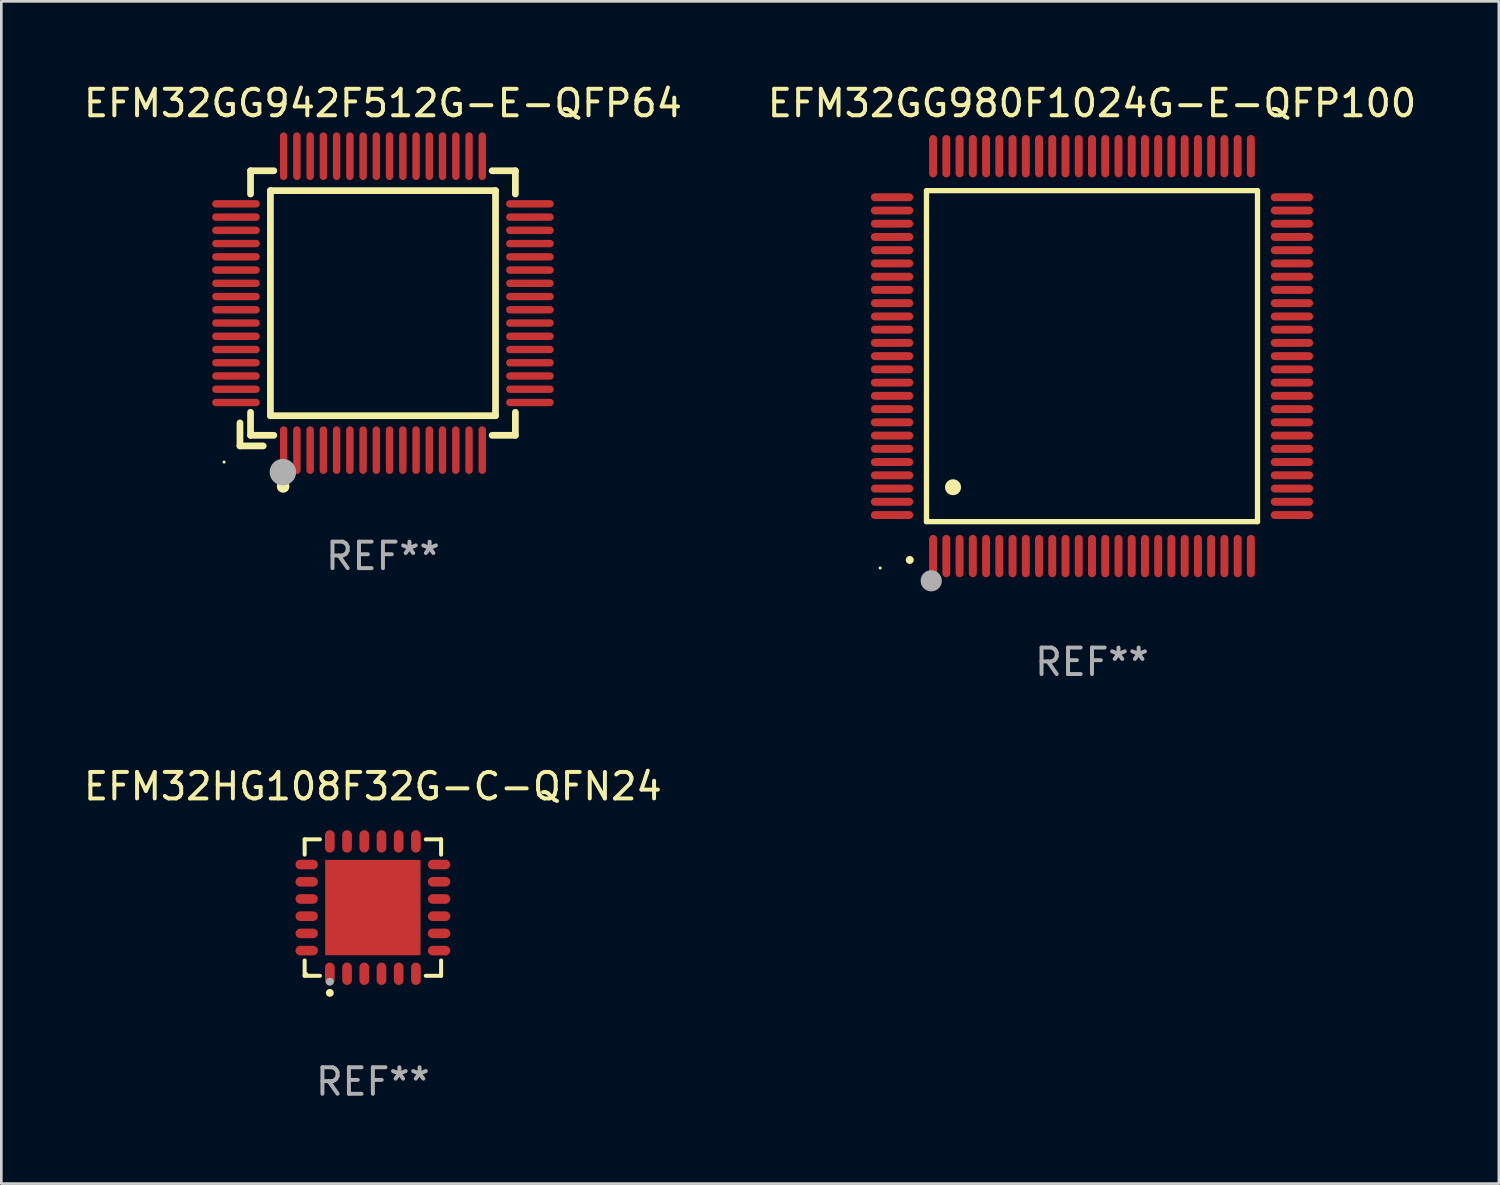
<source format=kicad_pcb>
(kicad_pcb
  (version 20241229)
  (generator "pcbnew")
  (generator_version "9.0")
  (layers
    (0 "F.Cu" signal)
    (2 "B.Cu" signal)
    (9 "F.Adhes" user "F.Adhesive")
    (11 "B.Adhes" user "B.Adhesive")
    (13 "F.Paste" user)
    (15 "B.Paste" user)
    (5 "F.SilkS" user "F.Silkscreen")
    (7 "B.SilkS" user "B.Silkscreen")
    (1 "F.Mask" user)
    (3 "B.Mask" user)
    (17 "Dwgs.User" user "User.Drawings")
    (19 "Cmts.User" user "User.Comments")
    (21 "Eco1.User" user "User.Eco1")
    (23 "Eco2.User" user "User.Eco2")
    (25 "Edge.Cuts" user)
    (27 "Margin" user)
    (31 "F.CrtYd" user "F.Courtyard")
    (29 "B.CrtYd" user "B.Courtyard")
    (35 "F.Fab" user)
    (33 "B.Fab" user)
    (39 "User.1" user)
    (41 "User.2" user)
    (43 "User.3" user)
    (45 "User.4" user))
  (footprint "EFM32GG942F512G-E-QFP64"
    (layer "F.Cu")
    (at 11.411 8.398)
    (property "Reference" "EFM32GG942F512G-E-QFP64" (at 0 -7.55 0) (layer "F.SilkS") (effects (font (size 1 1) (thickness 0.15))))
    (attr through_hole)
    (fp_line (start -5.4 4.521) (end -5.4 5.39) (stroke (width 0.254) (type solid)) (layer "F.SilkS"))
    (fp_line (start -5.4 5.39) (end -4.521 5.39) (stroke (width 0.254) (type solid)) (layer "F.SilkS"))
    (fp_line (start -5 -5) (end -5 -4.121) (stroke (width 0.254) (type solid)) (layer "F.SilkS"))
    (fp_line (start -5 4.121) (end -5 4.99) (stroke (width 0.254) (type solid)) (layer "F.SilkS"))
    (fp_line (start -5 4.99) (end -4.121 4.99) (stroke (width 0.254) (type solid)) (layer "F.SilkS"))
    (fp_line (start -4.25 -4.25) (end -4.25 4.25) (stroke (width 0.254) (type solid)) (layer "F.SilkS"))
    (fp_line (start -4.25 4.25) (end 4.25 4.25) (stroke (width 0.254) (type solid)) (layer "F.SilkS"))
    (fp_line (start -4.121 -5) (end -5 -5) (stroke (width 0.254) (type solid)) (layer "F.SilkS"))
    (fp_line (start 4.121 4.99) (end 5 4.99) (stroke (width 0.254) (type solid)) (layer "F.SilkS"))
    (fp_line (start 4.25 -4.25) (end -4.25 -4.25) (stroke (width 0.254) (type solid)) (layer "F.SilkS"))
    (fp_line (start 4.25 4.25) (end 4.25 -4.25) (stroke (width 0.254) (type solid)) (layer "F.SilkS"))
    (fp_line (start 5 -5) (end 4.121 -5) (stroke (width 0.254) (type solid)) (layer "F.SilkS"))
    (fp_line (start 5 -4.121) (end 5 -5) (stroke (width 0.254) (type solid)) (layer "F.SilkS"))
    (fp_line (start 5 4.99) (end 5 4.121) (stroke (width 0.254) (type solid)) (layer "F.SilkS"))
    (fp_circle (center -6 6) (end -5.97 6) (stroke (width 0.06) (type solid)) (fill no) (layer "F.SilkS"))
    (fp_circle (center -3.77 6.92) (end -3.65 6.92) (stroke (width 0.24) (type solid)) (fill no) (layer "F.SilkS"))
    (fp_circle (center -3.78 6.38) (end -3.53 6.38) (stroke (width 0.5) (type solid)) (fill no) (layer "F.Fab"))
    (fp_text user "REF**" (at 0 9.55 0) (layer "F.Fab") (effects (font (size 1 1) (thickness 0.15))))
    (pad "1" smd oval (at -3.75 5.55) (size 0.28 1.8) (layers "F.Cu" "F.Mask" "F.Paste"))
    (pad "2" smd oval (at -3.25 5.55) (size 0.28 1.8) (layers "F.Cu" "F.Mask" "F.Paste"))
    (pad "3" smd oval (at -2.75 5.55) (size 0.28 1.8) (layers "F.Cu" "F.Mask" "F.Paste"))
    (pad "4" smd oval (at -2.25 5.55) (size 0.28 1.8) (layers "F.Cu" "F.Mask" "F.Paste"))
    (pad "5" smd oval (at -1.75 5.55) (size 0.28 1.8) (layers "F.Cu" "F.Mask" "F.Paste"))
    (pad "6" smd oval (at -1.25 5.55) (size 0.28 1.8) (layers "F.Cu" "F.Mask" "F.Paste"))
    (pad "7" smd oval (at -0.75 5.55) (size 0.28 1.8) (layers "F.Cu" "F.Mask" "F.Paste"))
    (pad "8" smd oval (at -0.25 5.55) (size 0.28 1.8) (layers "F.Cu" "F.Mask" "F.Paste"))
    (pad "9" smd oval (at 0.25 5.55) (size 0.28 1.8) (layers "F.Cu" "F.Mask" "F.Paste"))
    (pad "10" smd oval (at 0.75 5.55) (size 0.28 1.8) (layers "F.Cu" "F.Mask" "F.Paste"))
    (pad "11" smd oval (at 1.25 5.55) (size 0.28 1.8) (layers "F.Cu" "F.Mask" "F.Paste"))
    (pad "12" smd oval (at 1.75 5.55) (size 0.28 1.8) (layers "F.Cu" "F.Mask" "F.Paste"))
    (pad "13" smd oval (at 2.25 5.55) (size 0.28 1.8) (layers "F.Cu" "F.Mask" "F.Paste"))
    (pad "14" smd oval (at 2.75 5.55) (size 0.28 1.8) (layers "F.Cu" "F.Mask" "F.Paste"))
    (pad "15" smd oval (at 3.25 5.55) (size 0.28 1.8) (layers "F.Cu" "F.Mask" "F.Paste"))
    (pad "16" smd oval (at 3.75 5.55) (size 0.28 1.8) (layers "F.Cu" "F.Mask" "F.Paste"))
    (pad "17" smd oval (at 5.55 3.75) (size 1.8 0.28) (layers "F.Cu" "F.Mask" "F.Paste"))
    (pad "18" smd oval (at 5.55 3.25) (size 1.8 0.28) (layers "F.Cu" "F.Mask" "F.Paste"))
    (pad "19" smd oval (at 5.55 2.75) (size 1.8 0.28) (layers "F.Cu" "F.Mask" "F.Paste"))
    (pad "20" smd oval (at 5.55 2.25) (size 1.8 0.28) (layers "F.Cu" "F.Mask" "F.Paste"))
    (pad "21" smd oval (at 5.55 1.75) (size 1.8 0.28) (layers "F.Cu" "F.Mask" "F.Paste"))
    (pad "22" smd oval (at 5.55 1.25) (size 1.8 0.28) (layers "F.Cu" "F.Mask" "F.Paste"))
    (pad "23" smd oval (at 5.55 0.75) (size 1.8 0.28) (layers "F.Cu" "F.Mask" "F.Paste"))
    (pad "24" smd oval (at 5.55 0.25) (size 1.8 0.28) (layers "F.Cu" "F.Mask" "F.Paste"))
    (pad "25" smd oval (at 5.55 -0.25) (size 1.8 0.28) (layers "F.Cu" "F.Mask" "F.Paste"))
    (pad "26" smd oval (at 5.55 -0.75) (size 1.8 0.28) (layers "F.Cu" "F.Mask" "F.Paste"))
    (pad "27" smd oval (at 5.55 -1.25) (size 1.8 0.28) (layers "F.Cu" "F.Mask" "F.Paste"))
    (pad "28" smd oval (at 5.55 -1.75) (size 1.8 0.28) (layers "F.Cu" "F.Mask" "F.Paste"))
    (pad "29" smd oval (at 5.55 -2.25) (size 1.8 0.28) (layers "F.Cu" "F.Mask" "F.Paste"))
    (pad "30" smd oval (at 5.55 -2.75) (size 1.8 0.28) (layers "F.Cu" "F.Mask" "F.Paste"))
    (pad "31" smd oval (at 5.55 -3.25) (size 1.8 0.28) (layers "F.Cu" "F.Mask" "F.Paste"))
    (pad "32" smd oval (at 5.55 -3.75) (size 1.8 0.28) (layers "F.Cu" "F.Mask" "F.Paste"))
    (pad "33" smd oval (at 3.75 -5.55) (size 0.28 1.8) (layers "F.Cu" "F.Mask" "F.Paste"))
    (pad "34" smd oval (at 3.25 -5.55) (size 0.28 1.8) (layers "F.Cu" "F.Mask" "F.Paste"))
    (pad "35" smd oval (at 2.75 -5.55) (size 0.28 1.8) (layers "F.Cu" "F.Mask" "F.Paste"))
    (pad "36" smd oval (at 2.25 -5.55) (size 0.28 1.8) (layers "F.Cu" "F.Mask" "F.Paste"))
    (pad "37" smd oval (at 1.75 -5.55) (size 0.28 1.8) (layers "F.Cu" "F.Mask" "F.Paste"))
    (pad "38" smd oval (at 1.25 -5.55) (size 0.28 1.8) (layers "F.Cu" "F.Mask" "F.Paste"))
    (pad "39" smd oval (at 0.75 -5.55) (size 0.28 1.8) (layers "F.Cu" "F.Mask" "F.Paste"))
    (pad "40" smd oval (at 0.25 -5.55) (size 0.28 1.8) (layers "F.Cu" "F.Mask" "F.Paste"))
    (pad "41" smd oval (at -0.25 -5.55) (size 0.28 1.8) (layers "F.Cu" "F.Mask" "F.Paste"))
    (pad "42" smd oval (at -0.75 -5.55) (size 0.28 1.8) (layers "F.Cu" "F.Mask" "F.Paste"))
    (pad "43" smd oval (at -1.25 -5.55) (size 0.28 1.8) (layers "F.Cu" "F.Mask" "F.Paste"))
    (pad "44" smd oval (at -1.75 -5.55) (size 0.28 1.8) (layers "F.Cu" "F.Mask" "F.Paste"))
    (pad "45" smd oval (at -2.25 -5.55) (size 0.28 1.8) (layers "F.Cu" "F.Mask" "F.Paste"))
    (pad "46" smd oval (at -2.75 -5.55) (size 0.28 1.8) (layers "F.Cu" "F.Mask" "F.Paste"))
    (pad "47" smd oval (at -3.25 -5.55) (size 0.28 1.8) (layers "F.Cu" "F.Mask" "F.Paste"))
    (pad "48" smd oval (at -3.75 -5.55) (size 0.28 1.8) (layers "F.Cu" "F.Mask" "F.Paste"))
    (pad "49" smd oval (at -5.55 -3.75) (size 1.8 0.28) (layers "F.Cu" "F.Mask" "F.Paste"))
    (pad "50" smd oval (at -5.55 -3.25) (size 1.8 0.28) (layers "F.Cu" "F.Mask" "F.Paste"))
    (pad "51" smd oval (at -5.55 -2.75) (size 1.8 0.28) (layers "F.Cu" "F.Mask" "F.Paste"))
    (pad "52" smd oval (at -5.55 -2.25) (size 1.8 0.28) (layers "F.Cu" "F.Mask" "F.Paste"))
    (pad "53" smd oval (at -5.55 -1.75) (size 1.8 0.28) (layers "F.Cu" "F.Mask" "F.Paste"))
    (pad "54" smd oval (at -5.55 -1.25) (size 1.8 0.28) (layers "F.Cu" "F.Mask" "F.Paste"))
    (pad "55" smd oval (at -5.55 -0.75) (size 1.8 0.28) (layers "F.Cu" "F.Mask" "F.Paste"))
    (pad "56" smd oval (at -5.55 -0.25) (size 1.8 0.28) (layers "F.Cu" "F.Mask" "F.Paste"))
    (pad "57" smd oval (at -5.55 0.25) (size 1.8 0.28) (layers "F.Cu" "F.Mask" "F.Paste"))
    (pad "58" smd oval (at -5.55 0.75) (size 1.8 0.28) (layers "F.Cu" "F.Mask" "F.Paste"))
    (pad "59" smd oval (at -5.55 1.25) (size 1.8 0.28) (layers "F.Cu" "F.Mask" "F.Paste"))
    (pad "60" smd oval (at -5.55 1.75) (size 1.8 0.28) (layers "F.Cu" "F.Mask" "F.Paste"))
    (pad "61" smd oval (at -5.55 2.25) (size 1.8 0.28) (layers "F.Cu" "F.Mask" "F.Paste"))
    (pad "62" smd oval (at -5.55 2.75) (size 1.8 0.28) (layers "F.Cu" "F.Mask" "F.Paste"))
    (pad "63" smd oval (at -5.55 3.25) (size 1.8 0.28) (layers "F.Cu" "F.Mask" "F.Paste"))
    (pad "64" smd oval (at -5.55 3.75) (size 1.8 0.28) (layers "F.Cu" "F.Mask" "F.Paste")))
  (footprint "EFM32HG108F32G-C-QFN24"
    (layer "F.Cu")
    (at 11.03 31.221)
    (property "Reference" "EFM32HG108F32G-C-QFN24" (at 0 -4.576 0) (layer "F.SilkS") (effects (font (size 1 1) (thickness 0.15))))
    (attr through_hole)
    (fp_line (start -2.576 -2.576) (end -1.998 -2.576) (stroke (width 0.152) (type solid)) (layer "F.SilkS"))
    (fp_line (start -2.576 -1.998) (end -2.576 -2.576) (stroke (width 0.152) (type solid)) (layer "F.SilkS"))
    (fp_line (start -2.576 1.998) (end -2.576 2.576) (stroke (width 0.152) (type solid)) (layer "F.SilkS"))
    (fp_line (start -2.576 2.576) (end -1.998 2.576) (stroke (width 0.152) (type solid)) (layer "F.SilkS"))
    (fp_line (start 2.576 -2.576) (end 1.998 -2.576) (stroke (width 0.152) (type solid)) (layer "F.SilkS"))
    (fp_line (start 2.576 -1.998) (end 2.576 -2.576) (stroke (width 0.152) (type solid)) (layer "F.SilkS"))
    (fp_line (start 2.576 1.998) (end 2.576 2.576) (stroke (width 0.152) (type solid)) (layer "F.SilkS"))
    (fp_line (start 2.576 2.576) (end 1.998 2.576) (stroke (width 0.152) (type solid)) (layer "F.SilkS"))
    (fp_circle (center -2.5 2.5) (end -2.47 2.5) (stroke (width 0.06) (type solid)) (fill no) (layer "F.SilkS"))
    (fp_circle (center -1.625 3.222) (end -1.55 3.222) (stroke (width 0.15) (type solid)) (fill no) (layer "F.SilkS"))
    (fp_circle (center -1.625 2.8) (end -1.55 2.8) (stroke (width 0.15) (type solid)) (fill no) (layer "F.Fab"))
    (fp_text user "REF**" (at 0 6.576 0) (layer "F.Fab") (effects (font (size 1 1) (thickness 0.15))))
    (pad "1" smd oval (at -1.625 2.499) (size 0.364 0.847) (layers "F.Cu" "F.Mask" "F.Paste"))
    (pad "2" smd oval (at -0.975 2.499) (size 0.364 0.847) (layers "F.Cu" "F.Mask" "F.Paste"))
    (pad "3" smd oval (at -0.325 2.499) (size 0.364 0.847) (layers "F.Cu" "F.Mask" "F.Paste"))
    (pad "4" smd oval (at 0.325 2.499) (size 0.364 0.847) (layers "F.Cu" "F.Mask" "F.Paste"))
    (pad "5" smd oval (at 0.975 2.499) (size 0.364 0.847) (layers "F.Cu" "F.Mask" "F.Paste"))
    (pad "6" smd oval (at 1.625 2.499) (size 0.364 0.847) (layers "F.Cu" "F.Mask" "F.Paste"))
    (pad "7" smd oval (at 2.499 1.625) (size 0.847 0.364) (layers "F.Cu" "F.Mask" "F.Paste"))
    (pad "8" smd oval (at 2.499 0.975) (size 0.847 0.364) (layers "F.Cu" "F.Mask" "F.Paste"))
    (pad "9" smd oval (at 2.499 0.325) (size 0.847 0.364) (layers "F.Cu" "F.Mask" "F.Paste"))
    (pad "10" smd oval (at 2.499 -0.325) (size 0.847 0.364) (layers "F.Cu" "F.Mask" "F.Paste"))
    (pad "11" smd oval (at 2.499 -0.975) (size 0.847 0.364) (layers "F.Cu" "F.Mask" "F.Paste"))
    (pad "12" smd oval (at 2.499 -1.625) (size 0.847 0.364) (layers "F.Cu" "F.Mask" "F.Paste"))
    (pad "13" smd oval (at 1.625 -2.499) (size 0.364 0.847) (layers "F.Cu" "F.Mask" "F.Paste"))
    (pad "14" smd oval (at 0.975 -2.499) (size 0.364 0.847) (layers "F.Cu" "F.Mask" "F.Paste"))
    (pad "15" smd oval (at 0.325 -2.499) (size 0.364 0.847) (layers "F.Cu" "F.Mask" "F.Paste"))
    (pad "16" smd oval (at -0.325 -2.499) (size 0.364 0.847) (layers "F.Cu" "F.Mask" "F.Paste"))
    (pad "17" smd oval (at -0.975 -2.499) (size 0.364 0.847) (layers "F.Cu" "F.Mask" "F.Paste"))
    (pad "18" smd oval (at -1.625 -2.499) (size 0.364 0.847) (layers "F.Cu" "F.Mask" "F.Paste"))
    (pad "19" smd oval (at -2.499 -1.625) (size 0.847 0.364) (layers "F.Cu" "F.Mask" "F.Paste"))
    (pad "20" smd oval (at -2.499 -0.975) (size 0.847 0.364) (layers "F.Cu" "F.Mask" "F.Paste"))
    (pad "21" smd oval (at -2.499 -0.325) (size 0.847 0.364) (layers "F.Cu" "F.Mask" "F.Paste"))
    (pad "22" smd oval (at -2.499 0.325) (size 0.847 0.364) (layers "F.Cu" "F.Mask" "F.Paste"))
    (pad "23" smd oval (at -2.499 0.975) (size 0.847 0.364) (layers "F.Cu" "F.Mask" "F.Paste"))
    (pad "24" smd oval (at -2.499 1.625) (size 0.847 0.364) (layers "F.Cu" "F.Mask" "F.Paste"))
    (pad "25" smd rect (at 0 0) (size 3.6 3.6) (layers "F.Cu" "F.Mask" "F.Paste")))
  (footprint "EFM32GG980F1024G-E-QFP100"
    (layer "F.Cu")
    (at 38.185 10.398)
    (property "Reference" "EFM32GG980F1024G-E-QFP100" (at 0 -9.55 0) (layer "F.SilkS") (effects (font (size 1 1) (thickness 0.15))))
    (attr through_hole)
    (fp_line (start -6.25 -6.25) (end -6.25 6.25) (stroke (width 0.2) (type solid)) (layer "F.SilkS"))
    (fp_line (start -6.25 6.25) (end 6.25 6.25) (stroke (width 0.2) (type solid)) (layer "F.SilkS"))
    (fp_line (start 6.25 -6.25) (end -6.25 -6.25) (stroke (width 0.2) (type solid)) (layer "F.SilkS"))
    (fp_line (start 6.25 6.25) (end 6.25 -6.25) (stroke (width 0.2) (type solid)) (layer "F.SilkS"))
    (fp_arc (start -6.883414 7.696215) (mid -6.882144 7.69621) (end -6.880874 7.696215) (stroke (width 0.3) (type solid)) (layer "F.SilkS"))
    (fp_arc (start -5.250191 4.95047) (mid -5.247651 4.950459) (end -5.245111 4.95047) (stroke (width 0.6) (type solid)) (layer "F.SilkS"))
    (fp_circle (center -8 8) (end -7.97 8) (stroke (width 0.06) (type solid)) (fill no) (layer "F.SilkS"))
    (fp_circle (center -6.071 8.484) (end -5.871 8.484) (stroke (width 0.4) (type solid)) (fill no) (layer "F.Fab"))
    (fp_text user "REF**" (at 0 11.55 0) (layer "F.Fab") (effects (font (size 1 1) (thickness 0.15))))
    (pad "1" smd oval (at -6 7.55) (size 0.3 1.6) (layers "F.Cu" "F.Mask" "F.Paste"))
    (pad "2" smd oval (at -5.5 7.55) (size 0.3 1.6) (layers "F.Cu" "F.Mask" "F.Paste"))
    (pad "3" smd oval (at -5 7.55) (size 0.3 1.6) (layers "F.Cu" "F.Mask" "F.Paste"))
    (pad "4" smd oval (at -4.5 7.55) (size 0.3 1.6) (layers "F.Cu" "F.Mask" "F.Paste"))
    (pad "5" smd oval (at -4 7.55) (size 0.3 1.6) (layers "F.Cu" "F.Mask" "F.Paste"))
    (pad "6" smd oval (at -3.5 7.55) (size 0.3 1.6) (layers "F.Cu" "F.Mask" "F.Paste"))
    (pad "7" smd oval (at -3 7.55) (size 0.3 1.6) (layers "F.Cu" "F.Mask" "F.Paste"))
    (pad "8" smd oval (at -2.5 7.55) (size 0.3 1.6) (layers "F.Cu" "F.Mask" "F.Paste"))
    (pad "9" smd oval (at -2 7.55) (size 0.3 1.6) (layers "F.Cu" "F.Mask" "F.Paste"))
    (pad "10" smd oval (at -1.5 7.55) (size 0.3 1.6) (layers "F.Cu" "F.Mask" "F.Paste"))
    (pad "11" smd oval (at -1 7.55) (size 0.3 1.6) (layers "F.Cu" "F.Mask" "F.Paste"))
    (pad "12" smd oval (at -0.5 7.55) (size 0.3 1.6) (layers "F.Cu" "F.Mask" "F.Paste"))
    (pad "13" smd oval (at 0 7.55) (size 0.3 1.6) (layers "F.Cu" "F.Mask" "F.Paste"))
    (pad "14" smd oval (at 0.5 7.55) (size 0.3 1.6) (layers "F.Cu" "F.Mask" "F.Paste"))
    (pad "15" smd oval (at 1 7.55) (size 0.3 1.6) (layers "F.Cu" "F.Mask" "F.Paste"))
    (pad "16" smd oval (at 1.5 7.55) (size 0.3 1.6) (layers "F.Cu" "F.Mask" "F.Paste"))
    (pad "17" smd oval (at 2 7.55) (size 0.3 1.6) (layers "F.Cu" "F.Mask" "F.Paste"))
    (pad "18" smd oval (at 2.5 7.55) (size 0.3 1.6) (layers "F.Cu" "F.Mask" "F.Paste"))
    (pad "19" smd oval (at 3 7.55) (size 0.3 1.6) (layers "F.Cu" "F.Mask" "F.Paste"))
    (pad "20" smd oval (at 3.5 7.55) (size 0.3 1.6) (layers "F.Cu" "F.Mask" "F.Paste"))
    (pad "21" smd oval (at 4 7.55) (size 0.3 1.6) (layers "F.Cu" "F.Mask" "F.Paste"))
    (pad "22" smd oval (at 4.5 7.55) (size 0.3 1.6) (layers "F.Cu" "F.Mask" "F.Paste"))
    (pad "23" smd oval (at 5 7.55) (size 0.3 1.6) (layers "F.Cu" "F.Mask" "F.Paste"))
    (pad "24" smd oval (at 5.5 7.55) (size 0.3 1.6) (layers "F.Cu" "F.Mask" "F.Paste"))
    (pad "25" smd oval (at 6 7.55) (size 0.3 1.6) (layers "F.Cu" "F.Mask" "F.Paste"))
    (pad "26" smd oval (at 7.55 6) (size 1.6 0.3) (layers "F.Cu" "F.Mask" "F.Paste"))
    (pad "27" smd oval (at 7.55 5.5) (size 1.6 0.3) (layers "F.Cu" "F.Mask" "F.Paste"))
    (pad "28" smd oval (at 7.55 5) (size 1.6 0.3) (layers "F.Cu" "F.Mask" "F.Paste"))
    (pad "29" smd oval (at 7.55 4.5) (size 1.6 0.3) (layers "F.Cu" "F.Mask" "F.Paste"))
    (pad "30" smd oval (at 7.55 4) (size 1.6 0.3) (layers "F.Cu" "F.Mask" "F.Paste"))
    (pad "31" smd oval (at 7.55 3.5) (size 1.6 0.3) (layers "F.Cu" "F.Mask" "F.Paste"))
    (pad "32" smd oval (at 7.55 3) (size 1.6 0.3) (layers "F.Cu" "F.Mask" "F.Paste"))
    (pad "33" smd oval (at 7.55 2.5) (size 1.6 0.3) (layers "F.Cu" "F.Mask" "F.Paste"))
    (pad "34" smd oval (at 7.55 2) (size 1.6 0.3) (layers "F.Cu" "F.Mask" "F.Paste"))
    (pad "35" smd oval (at 7.55 1.5) (size 1.6 0.3) (layers "F.Cu" "F.Mask" "F.Paste"))
    (pad "36" smd oval (at 7.55 1) (size 1.6 0.3) (layers "F.Cu" "F.Mask" "F.Paste"))
    (pad "37" smd oval (at 7.55 0.5) (size 1.6 0.3) (layers "F.Cu" "F.Mask" "F.Paste"))
    (pad "38" smd oval (at 7.55 0) (size 1.6 0.3) (layers "F.Cu" "F.Mask" "F.Paste"))
    (pad "39" smd oval (at 7.55 -0.5) (size 1.6 0.3) (layers "F.Cu" "F.Mask" "F.Paste"))
    (pad "40" smd oval (at 7.55 -1) (size 1.6 0.3) (layers "F.Cu" "F.Mask" "F.Paste"))
    (pad "41" smd oval (at 7.55 -1.5) (size 1.6 0.3) (layers "F.Cu" "F.Mask" "F.Paste"))
    (pad "42" smd oval (at 7.55 -2) (size 1.6 0.3) (layers "F.Cu" "F.Mask" "F.Paste"))
    (pad "43" smd oval (at 7.55 -2.5) (size 1.6 0.3) (layers "F.Cu" "F.Mask" "F.Paste"))
    (pad "44" smd oval (at 7.55 -3) (size 1.6 0.3) (layers "F.Cu" "F.Mask" "F.Paste"))
    (pad "45" smd oval (at 7.55 -3.5) (size 1.6 0.3) (layers "F.Cu" "F.Mask" "F.Paste"))
    (pad "46" smd oval (at 7.55 -4) (size 1.6 0.3) (layers "F.Cu" "F.Mask" "F.Paste"))
    (pad "47" smd oval (at 7.55 -4.5) (size 1.6 0.3) (layers "F.Cu" "F.Mask" "F.Paste"))
    (pad "48" smd oval (at 7.55 -5) (size 1.6 0.3) (layers "F.Cu" "F.Mask" "F.Paste"))
    (pad "49" smd oval (at 7.55 -5.5) (size 1.6 0.3) (layers "F.Cu" "F.Mask" "F.Paste"))
    (pad "50" smd oval (at 7.55 -6) (size 1.6 0.3) (layers "F.Cu" "F.Mask" "F.Paste"))
    (pad "51" smd oval (at 6 -7.55) (size 0.3 1.6) (layers "F.Cu" "F.Mask" "F.Paste"))
    (pad "52" smd oval (at 5.5 -7.55) (size 0.3 1.6) (layers "F.Cu" "F.Mask" "F.Paste"))
    (pad "53" smd oval (at 5 -7.55) (size 0.3 1.6) (layers "F.Cu" "F.Mask" "F.Paste"))
    (pad "54" smd oval (at 4.5 -7.55) (size 0.3 1.6) (layers "F.Cu" "F.Mask" "F.Paste"))
    (pad "55" smd oval (at 4 -7.55) (size 0.3 1.6) (layers "F.Cu" "F.Mask" "F.Paste"))
    (pad "56" smd oval (at 3.5 -7.55) (size 0.3 1.6) (layers "F.Cu" "F.Mask" "F.Paste"))
    (pad "57" smd oval (at 3 -7.55) (size 0.3 1.6) (layers "F.Cu" "F.Mask" "F.Paste"))
    (pad "58" smd oval (at 2.5 -7.55) (size 0.3 1.6) (layers "F.Cu" "F.Mask" "F.Paste"))
    (pad "59" smd oval (at 2 -7.55) (size 0.3 1.6) (layers "F.Cu" "F.Mask" "F.Paste"))
    (pad "60" smd oval (at 1.5 -7.55) (size 0.3 1.6) (layers "F.Cu" "F.Mask" "F.Paste"))
    (pad "61" smd oval (at 1 -7.55) (size 0.3 1.6) (layers "F.Cu" "F.Mask" "F.Paste"))
    (pad "62" smd oval (at 0.5 -7.55) (size 0.3 1.6) (layers "F.Cu" "F.Mask" "F.Paste"))
    (pad "63" smd oval (at 0 -7.55) (size 0.3 1.6) (layers "F.Cu" "F.Mask" "F.Paste"))
    (pad "64" smd oval (at -0.5 -7.55) (size 0.3 1.6) (layers "F.Cu" "F.Mask" "F.Paste"))
    (pad "65" smd oval (at -1 -7.55) (size 0.3 1.6) (layers "F.Cu" "F.Mask" "F.Paste"))
    (pad "66" smd oval (at -1.5 -7.55) (size 0.3 1.6) (layers "F.Cu" "F.Mask" "F.Paste"))
    (pad "67" smd oval (at -2 -7.55) (size 0.3 1.6) (layers "F.Cu" "F.Mask" "F.Paste"))
    (pad "68" smd oval (at -2.5 -7.55) (size 0.3 1.6) (layers "F.Cu" "F.Mask" "F.Paste"))
    (pad "69" smd oval (at -3 -7.55) (size 0.3 1.6) (layers "F.Cu" "F.Mask" "F.Paste"))
    (pad "70" smd oval (at -3.5 -7.55) (size 0.3 1.6) (layers "F.Cu" "F.Mask" "F.Paste"))
    (pad "71" smd oval (at -4 -7.55) (size 0.3 1.6) (layers "F.Cu" "F.Mask" "F.Paste"))
    (pad "72" smd oval (at -4.5 -7.55) (size 0.3 1.6) (layers "F.Cu" "F.Mask" "F.Paste"))
    (pad "73" smd oval (at -5 -7.55) (size 0.3 1.6) (layers "F.Cu" "F.Mask" "F.Paste"))
    (pad "74" smd oval (at -5.5 -7.55) (size 0.3 1.6) (layers "F.Cu" "F.Mask" "F.Paste"))
    (pad "75" smd oval (at -6 -7.55) (size 0.3 1.6) (layers "F.Cu" "F.Mask" "F.Paste"))
    (pad "76" smd oval (at -7.55 -6) (size 1.6 0.3) (layers "F.Cu" "F.Mask" "F.Paste"))
    (pad "77" smd oval (at -7.55 -5.5) (size 1.6 0.3) (layers "F.Cu" "F.Mask" "F.Paste"))
    (pad "78" smd oval (at -7.55 -5) (size 1.6 0.3) (layers "F.Cu" "F.Mask" "F.Paste"))
    (pad "79" smd oval (at -7.55 -4.5) (size 1.6 0.3) (layers "F.Cu" "F.Mask" "F.Paste"))
    (pad "80" smd oval (at -7.55 -4) (size 1.6 0.3) (layers "F.Cu" "F.Mask" "F.Paste"))
    (pad "81" smd oval (at -7.55 -3.5) (size 1.6 0.3) (layers "F.Cu" "F.Mask" "F.Paste"))
    (pad "82" smd oval (at -7.55 -3) (size 1.6 0.3) (layers "F.Cu" "F.Mask" "F.Paste"))
    (pad "83" smd oval (at -7.55 -2.5) (size 1.6 0.3) (layers "F.Cu" "F.Mask" "F.Paste"))
    (pad "84" smd oval (at -7.55 -2) (size 1.6 0.3) (layers "F.Cu" "F.Mask" "F.Paste"))
    (pad "85" smd oval (at -7.55 -1.5) (size 1.6 0.3) (layers "F.Cu" "F.Mask" "F.Paste"))
    (pad "86" smd oval (at -7.55 -1) (size 1.6 0.3) (layers "F.Cu" "F.Mask" "F.Paste"))
    (pad "87" smd oval (at -7.55 -0.5) (size 1.6 0.3) (layers "F.Cu" "F.Mask" "F.Paste"))
    (pad "88" smd oval (at -7.55 0) (size 1.6 0.3) (layers "F.Cu" "F.Mask" "F.Paste"))
    (pad "89" smd oval (at -7.55 0.5) (size 1.6 0.3) (layers "F.Cu" "F.Mask" "F.Paste"))
    (pad "90" smd oval (at -7.55 1) (size 1.6 0.3) (layers "F.Cu" "F.Mask" "F.Paste"))
    (pad "91" smd oval (at -7.55 1.5) (size 1.6 0.3) (layers "F.Cu" "F.Mask" "F.Paste"))
    (pad "92" smd oval (at -7.55 2) (size 1.6 0.3) (layers "F.Cu" "F.Mask" "F.Paste"))
    (pad "93" smd oval (at -7.55 2.5) (size 1.6 0.3) (layers "F.Cu" "F.Mask" "F.Paste"))
    (pad "94" smd oval (at -7.55 3) (size 1.6 0.3) (layers "F.Cu" "F.Mask" "F.Paste"))
    (pad "95" smd oval (at -7.55 3.5) (size 1.6 0.3) (layers "F.Cu" "F.Mask" "F.Paste"))
    (pad "96" smd oval (at -7.55 4) (size 1.6 0.3) (layers "F.Cu" "F.Mask" "F.Paste"))
    (pad "97" smd oval (at -7.55 4.5) (size 1.6 0.3) (layers "F.Cu" "F.Mask" "F.Paste"))
    (pad "98" smd oval (at -7.55 5) (size 1.6 0.3) (layers "F.Cu" "F.Mask" "F.Paste"))
    (pad "99" smd oval (at -7.55 5.5) (size 1.6 0.3) (layers "F.Cu" "F.Mask" "F.Paste"))
    (pad "100" smd oval (at -7.55 6) (size 1.6 0.3) (layers "F.Cu" "F.Mask" "F.Paste")))
  (gr_rect
    (start -3 -3)
    (end 53.548 41.645)
    (stroke (width 0.1) (type default))
    (fill no)
    (layer "Edge.Cuts")))
</source>
